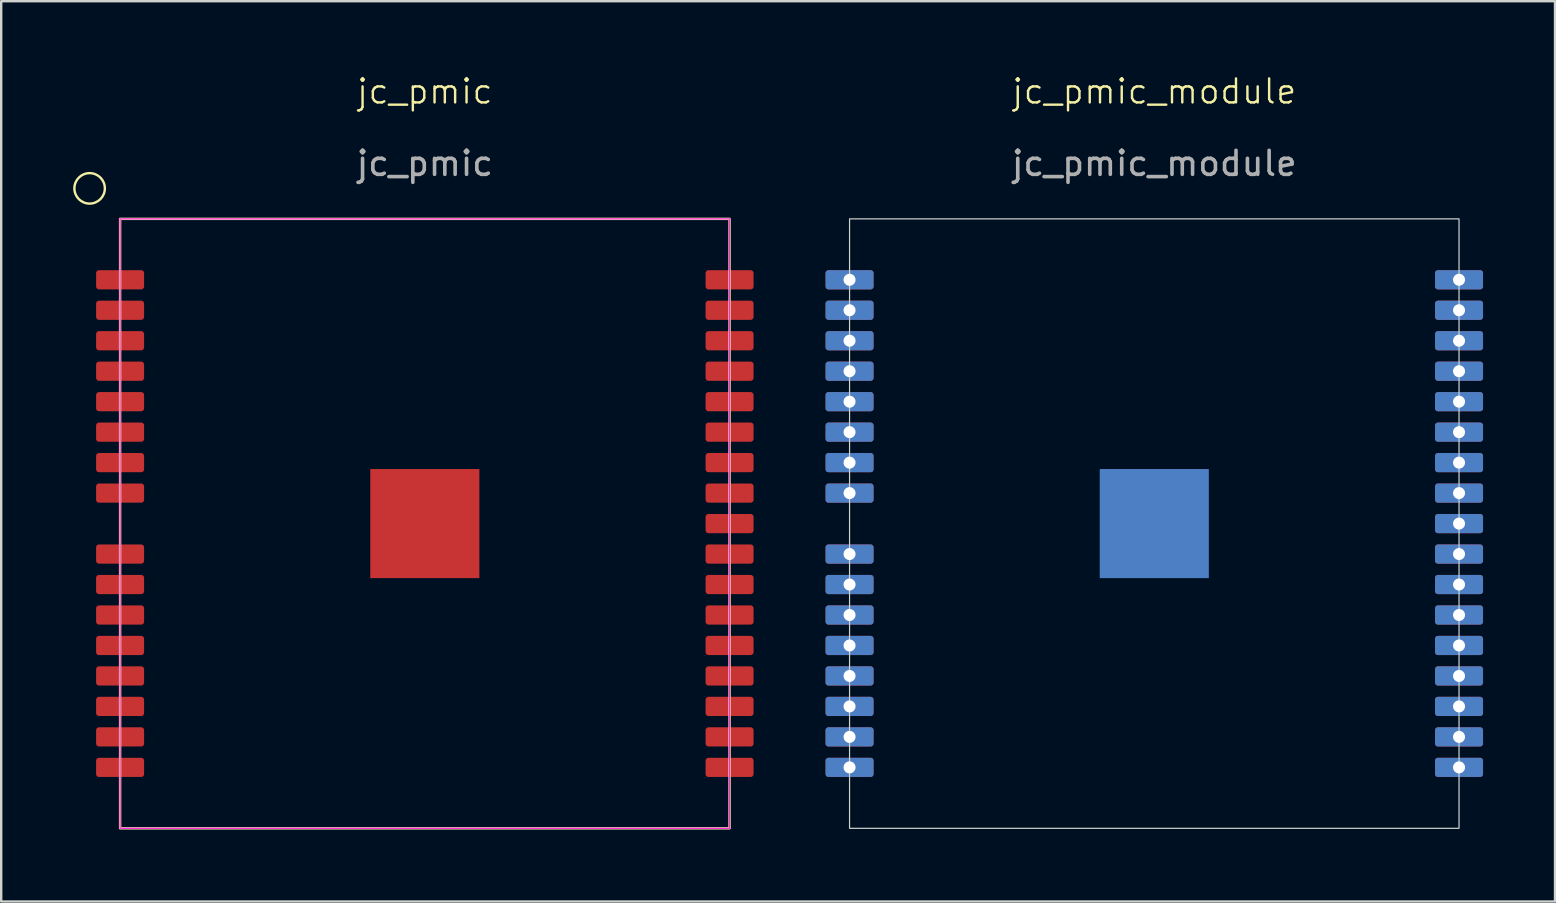
<source format=kicad_pcb>
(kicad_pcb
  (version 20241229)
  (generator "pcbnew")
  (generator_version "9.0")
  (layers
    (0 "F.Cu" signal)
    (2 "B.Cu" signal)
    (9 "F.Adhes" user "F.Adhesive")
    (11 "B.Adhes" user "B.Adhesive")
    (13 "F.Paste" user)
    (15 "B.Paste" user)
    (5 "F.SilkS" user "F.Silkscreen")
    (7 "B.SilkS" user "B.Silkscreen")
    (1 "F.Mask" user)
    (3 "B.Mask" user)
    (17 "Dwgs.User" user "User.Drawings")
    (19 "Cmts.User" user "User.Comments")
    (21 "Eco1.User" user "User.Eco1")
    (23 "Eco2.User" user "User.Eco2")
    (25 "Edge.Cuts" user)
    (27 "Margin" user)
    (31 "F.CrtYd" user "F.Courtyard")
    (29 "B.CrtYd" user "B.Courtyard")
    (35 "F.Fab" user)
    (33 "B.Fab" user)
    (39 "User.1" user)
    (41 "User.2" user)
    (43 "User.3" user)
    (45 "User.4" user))
  (footprint "jc_pmic"
    (layer "F.Cu")
    (at 14.655 18.77)
    (property "Reference" "jc_pmic" (at 0 -18.01 0) (unlocked yes) (layer "F.SilkS") (effects (font (size 1 1) (thickness 0.1))))
    (attr through_hole)
    (fp_rect (start -12.7 -12.7) (end 12.7 12.7) (stroke (width 0.1) (type default)) (fill no) (layer "F.SilkS"))
    (fp_circle (center -13.97 -13.97) (end -13.335 -13.97) (stroke (width 0.1) (type default)) (fill no) (layer "F.SilkS"))
    (fp_rect (start -12.7 -12.7) (end 12.7 12.7) (stroke (width 0.05) (type default)) (fill no) (layer "F.CrtYd"))
    (fp_text user "${REFERENCE}" (at 0 -15.01 0) (unlocked yes) (layer "F.Fab") (effects (font (size 1 1) (thickness 0.15))))
    (pad "1" smd roundrect (at -12.7 -10.16) (size 2 0.8) (layers "F.Cu" "F.Mask" "F.Paste") (roundrect_rratio 0.15))
    (pad "2" smd roundrect (at -12.7 -8.89) (size 2 0.8) (layers "F.Cu" "F.Mask" "F.Paste") (roundrect_rratio 0.15))
    (pad "3" smd roundrect (at -12.7 -7.62) (size 2 0.8) (layers "F.Cu" "F.Mask" "F.Paste") (roundrect_rratio 0.15))
    (pad "4" smd roundrect (at -12.7 -6.35) (size 2 0.8) (layers "F.Cu" "F.Mask" "F.Paste") (roundrect_rratio 0.15))
    (pad "5" smd roundrect (at -12.7 -5.08) (size 2 0.8) (layers "F.Cu" "F.Mask" "F.Paste") (roundrect_rratio 0.15))
    (pad "6" smd roundrect (at -12.7 -3.81) (size 2 0.8) (layers "F.Cu" "F.Mask" "F.Paste") (roundrect_rratio 0.15))
    (pad "7" smd roundrect (at -12.7 -2.54) (size 2 0.8) (layers "F.Cu" "F.Mask" "F.Paste") (roundrect_rratio 0.15))
    (pad "8" smd roundrect (at -12.7 -1.27) (size 2 0.8) (layers "F.Cu" "F.Mask" "F.Paste") (roundrect_rratio 0.15))
    (pad "9" smd roundrect (at -12.7 1.27) (size 2 0.8) (layers "F.Cu" "F.Mask" "F.Paste") (roundrect_rratio 0.15))
    (pad "10" smd roundrect (at -12.7 2.54) (size 2 0.8) (layers "F.Cu" "F.Mask" "F.Paste") (roundrect_rratio 0.15))
    (pad "11" smd roundrect (at -12.7 3.81) (size 2 0.8) (layers "F.Cu" "F.Mask" "F.Paste") (roundrect_rratio 0.15))
    (pad "12" smd roundrect (at -12.7 5.08) (size 2 0.8) (layers "F.Cu" "F.Mask" "F.Paste") (roundrect_rratio 0.15))
    (pad "13" smd roundrect (at -12.7 6.35) (size 2 0.8) (layers "F.Cu" "F.Mask" "F.Paste") (roundrect_rratio 0.15))
    (pad "14" smd roundrect (at -12.7 7.62) (size 2 0.8) (layers "F.Cu" "F.Mask" "F.Paste") (roundrect_rratio 0.15))
    (pad "15" smd roundrect (at -12.7 8.89) (size 2 0.8) (layers "F.Cu" "F.Mask" "F.Paste") (roundrect_rratio 0.15))
    (pad "16" smd roundrect (at -12.7 10.16) (size 2 0.8) (layers "F.Cu" "F.Mask" "F.Paste") (roundrect_rratio 0.15))
    (pad "17" smd roundrect (at 12.7 10.16) (size 2 0.8) (layers "F.Cu" "F.Mask" "F.Paste") (roundrect_rratio 0.15))
    (pad "18" smd roundrect (at 12.7 8.89) (size 2 0.8) (layers "F.Cu" "F.Mask" "F.Paste") (roundrect_rratio 0.15))
    (pad "19" smd roundrect (at 12.7 7.62) (size 2 0.8) (layers "F.Cu" "F.Mask" "F.Paste") (roundrect_rratio 0.15))
    (pad "20" smd roundrect (at 12.7 6.35) (size 2 0.8) (layers "F.Cu" "F.Mask" "F.Paste") (roundrect_rratio 0.15))
    (pad "21" smd roundrect (at 12.7 5.08) (size 2 0.8) (layers "F.Cu" "F.Mask" "F.Paste") (roundrect_rratio 0.15))
    (pad "22" smd roundrect (at 12.7 3.81) (size 2 0.8) (layers "F.Cu" "F.Mask" "F.Paste") (roundrect_rratio 0.15))
    (pad "23" smd roundrect (at 12.7 2.54) (size 2 0.8) (layers "F.Cu" "F.Mask" "F.Paste") (roundrect_rratio 0.15))
    (pad "24" smd roundrect (at 12.7 1.27) (size 2 0.8) (layers "F.Cu" "F.Mask" "F.Paste") (roundrect_rratio 0.15))
    (pad "25" smd roundrect (at 12.7 0) (size 2 0.8) (layers "F.Cu" "F.Mask" "F.Paste") (roundrect_rratio 0.15))
    (pad "26" smd roundrect (at 12.7 -1.27) (size 2 0.8) (layers "F.Cu" "F.Mask" "F.Paste") (roundrect_rratio 0.15))
    (pad "27" smd roundrect (at 12.7 -2.54) (size 2 0.8) (layers "F.Cu" "F.Mask" "F.Paste") (roundrect_rratio 0.15))
    (pad "28" smd roundrect (at 12.7 -3.81) (size 2 0.8) (layers "F.Cu" "F.Mask" "F.Paste") (roundrect_rratio 0.15))
    (pad "29" smd roundrect (at 12.7 -5.08) (size 2 0.8) (layers "F.Cu" "F.Mask" "F.Paste") (roundrect_rratio 0.15))
    (pad "30" smd roundrect (at 12.7 -6.35) (size 2 0.8) (layers "F.Cu" "F.Mask" "F.Paste") (roundrect_rratio 0.15))
    (pad "31" smd roundrect (at 12.7 -7.62) (size 2 0.8) (layers "F.Cu" "F.Mask" "F.Paste") (roundrect_rratio 0.15))
    (pad "32" smd roundrect (at 12.7 -8.89) (size 2 0.8) (layers "F.Cu" "F.Mask" "F.Paste") (roundrect_rratio 0.15))
    (pad "33" smd roundrect (at 12.7 -10.16) (size 2 0.8) (layers "F.Cu" "F.Mask" "F.Paste") (roundrect_rratio 0.15))
    (pad "34" smd rect (at 0 0) (size 4.546 4.546) (layers "F.Cu" "F.Mask" "F.Paste")))
  (footprint "jc_pmic_module"
    (layer "F.Cu")
    (at 45.055 18.77)
    (property "Reference" "jc_pmic_module" (at 0 -18.01 0) (unlocked yes) (layer "F.SilkS") (effects (font (size 1 1) (thickness 0.1))))
    (attr through_hole)
    (fp_rect (start -12.7 -12.7) (end 12.7 12.7) (stroke (width 0.05) (type default)) (fill no) (layer "Edge.Cuts"))
    (fp_text user "${REFERENCE}" (at 0 -15.01 0) (unlocked yes) (layer "F.Fab") (effects (font (size 1 1) (thickness 0.15))))
    (pad "1" thru_hole roundrect (at -12.7 -10.16) (size 2 0.8) (drill 0.5) (property pad_prop_castellated) (layers "*.Cu" "*.Mask") (roundrect_rratio 0.15))
    (pad "2" thru_hole roundrect (at -12.7 -8.89) (size 2 0.8) (drill 0.5) (property pad_prop_castellated) (layers "*.Cu" "*.Mask") (roundrect_rratio 0.15))
    (pad "3" thru_hole roundrect (at -12.7 -7.62) (size 2 0.8) (drill 0.5) (property pad_prop_castellated) (layers "*.Cu" "*.Mask") (roundrect_rratio 0.15))
    (pad "4" thru_hole roundrect (at -12.7 -6.35) (size 2 0.8) (drill 0.5) (property pad_prop_castellated) (layers "*.Cu" "*.Mask") (roundrect_rratio 0.15))
    (pad "5" thru_hole roundrect (at -12.7 -5.08) (size 2 0.8) (drill 0.5) (property pad_prop_castellated) (layers "*.Cu" "*.Mask") (roundrect_rratio 0.15))
    (pad "6" thru_hole roundrect (at -12.7 -3.81) (size 2 0.8) (drill 0.5) (property pad_prop_castellated) (layers "*.Cu" "*.Mask") (roundrect_rratio 0.15))
    (pad "7" thru_hole roundrect (at -12.7 -2.54) (size 2 0.8) (drill 0.5) (property pad_prop_castellated) (layers "*.Cu" "*.Mask") (roundrect_rratio 0.15))
    (pad "8" thru_hole roundrect (at -12.7 -1.27) (size 2 0.8) (drill 0.5) (property pad_prop_castellated) (layers "*.Cu" "*.Mask") (roundrect_rratio 0.15))
    (pad "9" thru_hole roundrect (at -12.7 1.27) (size 2 0.8) (drill 0.5) (property pad_prop_castellated) (layers "*.Cu" "*.Mask") (roundrect_rratio 0.15))
    (pad "10" thru_hole roundrect (at -12.7 2.54) (size 2 0.8) (drill 0.5) (property pad_prop_castellated) (layers "*.Cu" "*.Mask") (roundrect_rratio 0.15))
    (pad "11" thru_hole roundrect (at -12.7 3.81) (size 2 0.8) (drill 0.5) (property pad_prop_castellated) (layers "*.Cu" "*.Mask") (roundrect_rratio 0.15))
    (pad "12" thru_hole roundrect (at -12.7 5.08) (size 2 0.8) (drill 0.5) (property pad_prop_castellated) (layers "*.Cu" "*.Mask") (roundrect_rratio 0.15))
    (pad "13" thru_hole roundrect (at -12.7 6.35) (size 2 0.8) (drill 0.5) (property pad_prop_castellated) (layers "*.Cu" "*.Mask") (roundrect_rratio 0.15))
    (pad "14" thru_hole roundrect (at -12.7 7.62) (size 2 0.8) (drill 0.5) (property pad_prop_castellated) (layers "*.Cu" "*.Mask") (roundrect_rratio 0.15))
    (pad "15" thru_hole roundrect (at -12.7 8.89) (size 2 0.8) (drill 0.5) (property pad_prop_castellated) (layers "*.Cu" "*.Mask") (roundrect_rratio 0.15))
    (pad "16" thru_hole roundrect (at -12.7 10.16) (size 2 0.8) (drill 0.5) (property pad_prop_castellated) (layers "*.Cu" "*.Mask") (roundrect_rratio 0.15))
    (pad "17" thru_hole roundrect (at 12.7 10.16) (size 2 0.8) (drill 0.5) (property pad_prop_castellated) (layers "*.Cu" "*.Mask") (roundrect_rratio 0.15))
    (pad "18" thru_hole roundrect (at 12.7 8.89) (size 2 0.8) (drill 0.5) (property pad_prop_castellated) (layers "*.Cu" "*.Mask") (roundrect_rratio 0.15))
    (pad "19" thru_hole roundrect (at 12.7 7.62) (size 2 0.8) (drill 0.5) (property pad_prop_castellated) (layers "*.Cu" "*.Mask") (roundrect_rratio 0.15))
    (pad "20" thru_hole roundrect (at 12.7 6.35) (size 2 0.8) (drill 0.5) (property pad_prop_castellated) (layers "*.Cu" "*.Mask") (roundrect_rratio 0.15))
    (pad "21" thru_hole roundrect (at 12.7 5.08) (size 2 0.8) (drill 0.5) (property pad_prop_castellated) (layers "*.Cu" "*.Mask") (roundrect_rratio 0.15))
    (pad "22" thru_hole roundrect (at 12.7 3.81) (size 2 0.8) (drill 0.5) (property pad_prop_castellated) (layers "*.Cu" "*.Mask") (roundrect_rratio 0.15))
    (pad "23" thru_hole roundrect (at 12.7 2.54) (size 2 0.8) (drill 0.5) (property pad_prop_castellated) (layers "*.Cu" "*.Mask") (roundrect_rratio 0.15))
    (pad "24" thru_hole roundrect (at 12.7 1.27) (size 2 0.8) (drill 0.5) (property pad_prop_castellated) (layers "*.Cu" "*.Mask") (roundrect_rratio 0.15))
    (pad "25" thru_hole roundrect (at 12.7 0) (size 2 0.8) (drill 0.5) (property pad_prop_castellated) (layers "*.Cu" "*.Mask") (roundrect_rratio 0.15))
    (pad "26" thru_hole roundrect (at 12.7 -1.27) (size 2 0.8) (drill 0.5) (property pad_prop_castellated) (layers "*.Cu" "*.Mask") (roundrect_rratio 0.15))
    (pad "27" thru_hole roundrect (at 12.7 -2.54) (size 2 0.8) (drill 0.5) (property pad_prop_castellated) (layers "*.Cu" "*.Mask") (roundrect_rratio 0.15))
    (pad "28" thru_hole roundrect (at 12.7 -3.81) (size 2 0.8) (drill 0.5) (property pad_prop_castellated) (layers "*.Cu" "*.Mask") (roundrect_rratio 0.15))
    (pad "29" thru_hole roundrect (at 12.7 -5.08) (size 2 0.8) (drill 0.5) (property pad_prop_castellated) (layers "*.Cu" "*.Mask") (roundrect_rratio 0.15))
    (pad "30" thru_hole roundrect (at 12.7 -6.35) (size 2 0.8) (drill 0.5) (property pad_prop_castellated) (layers "*.Cu" "*.Mask") (roundrect_rratio 0.15))
    (pad "31" thru_hole roundrect (at 12.7 -7.62) (size 2 0.8) (drill 0.5) (property pad_prop_castellated) (layers "*.Cu" "*.Mask") (roundrect_rratio 0.15))
    (pad "32" thru_hole roundrect (at 12.7 -8.89) (size 2 0.8) (drill 0.5) (property pad_prop_castellated) (layers "*.Cu" "*.Mask") (roundrect_rratio 0.15))
    (pad "33" thru_hole roundrect (at 12.7 -10.16) (size 2 0.8) (drill 0.5) (property pad_prop_castellated) (layers "*.Cu" "*.Mask") (roundrect_rratio 0.15))
    (pad "34" smd rect (at 0 0) (size 4.546 4.546) (layers "B.Cu" "B.Mask" "B.Paste")))
  (gr_rect
    (start -3 -3)
    (end 61.755 34.52)
    (stroke (width 0.1) (type default))
    (fill no)
    (layer "Edge.Cuts")))
</source>
